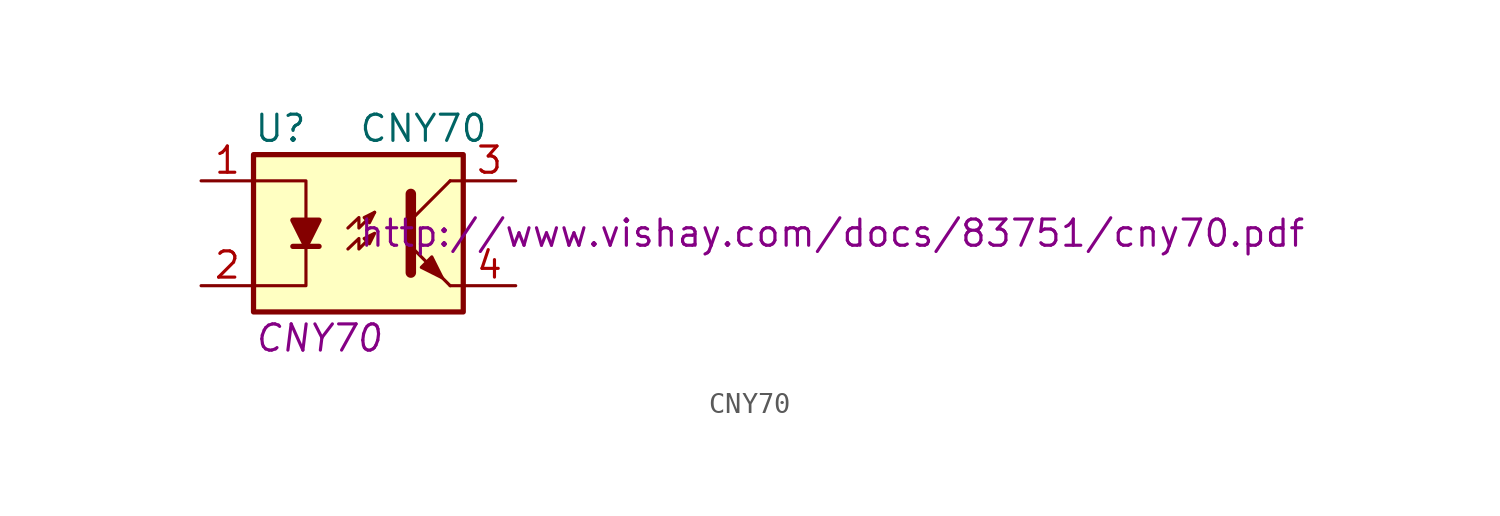
<source format=kicad_sym>
(kicad_symbol_lib
  (version 20211014)
  (generator kicad_symbol_editor)
  (symbol "CNY70"
    (pin_names
      (offset 1.016))
    (property "Reference" "U"
      (at -5.08 5.08 0)
      (effects (font (size 1.27 1.27)) (justify left)))
    (property "Value" "CNY70"
      (at 0 5.08 0)
      (effects (font (size 1.27 1.27)) (justify left)))
    (property "Footprint" "CNY70"
      (at -5.08 -5.08 0)
      (effects (font (size 1.27 1.27) italic) (justify left)))
    (property "Datasheet" "http://www.vishay.com/docs/83751/cny70.pdf"
      (at 0 0 0)
      (effects (font (size 1.27 1.27)) (justify left)))
    (symbol "CNY70_0_1"
      (rectangle (start -5.08 3.81) (end 5.08 -3.81) (stroke (width 0.254) (type default) (color 0 0 0 0)) (fill (type background)))
      (polyline (pts (xy -3.175 -0.635) (xy -1.905 -0.635)) (stroke (width 0.254) (type default) (color 0 0 0 0)) (fill (type none)))
      (polyline (pts (xy 2.54 0.635) (xy 4.445 2.54)) (stroke (width 0) (type default) (color 0 0 0 0)) (fill (type none)))
      (polyline (pts (xy 4.445 -2.54) (xy 2.54 -0.635)) (stroke (width 0) (type default) (color 0 0 0 0)) (fill (type outline)))
      (polyline (pts (xy 4.445 -2.54) (xy 5.08 -2.54)) (stroke (width 0) (type default) (color 0 0 0 0)) (fill (type none)))
      (polyline (pts (xy 4.445 2.54) (xy 5.08 2.54)) (stroke (width 0) (type default) (color 0 0 0 0)) (fill (type none)))
      (polyline (pts (xy -5.08 2.54) (xy -2.54 2.54) (xy -2.54 0.635)) (stroke (width 0) (type default) (color 0 0 0 0)) (fill (type none)))
      (polyline (pts (xy -2.54 -0.635) (xy -2.54 -2.54) (xy -5.08 -2.54)) (stroke (width 0) (type default) (color 0 0 0 0)) (fill (type none)))
      (polyline (pts (xy 2.54 1.905) (xy 2.54 -1.905) (xy 2.54 -1.905)) (stroke (width 0.508) (type default) (color 0 0 0 0)) (fill (type none)))
      (polyline (pts (xy -2.54 -0.635) (xy -3.175 0.635) (xy -1.905 0.635) (xy -2.54 -0.635)) (stroke (width 0.254) (type default) (color 0 0 0 0)) (fill (type outline)))
      (polyline (pts (xy -0.508 0.254) (xy 0.025 0.762) (xy 0.025 0.254) (xy 0.787 1.016)) (stroke (width 0) (type default) (color 0 0 0 0)) (fill (type none)))
      (polyline (pts (xy 0.787 1.016) (xy 0.279 0.762) (xy 0.533 0.508) (xy 0.787 1.016)) (stroke (width 0) (type default) (color 0 0 0 0)) (fill (type none)))
      (polyline (pts (xy 3.048 -1.651) (xy 3.556 -1.143) (xy 4.064 -2.159) (xy 3.048 -1.651) (xy 3.048 -1.651)) (stroke (width 0) (type default) (color 0 0 0 0)) (fill (type outline)))
      (polyline (pts (xy -0.508 -0.762) (xy 0.025 -0.254) (xy 0.025 -0.762) (xy 0.787 0) (xy 0.279 -0.254) (xy 0.533 -0.508) (xy 0.787 0)) (stroke (width 0) (type default) (color 0 0 0 0)) (fill (type none))))
    (symbol "CNY70_1_1"
      (pin passive line (at -7.62 2.54 0) (length 2.54) (name "~" (effects (font (size 1.27 1.27)))) (number "1" (effects (font (size 1.27 1.27)))))
      (pin passive line (at -7.62 -2.54 0) (length 2.54) (name "~" (effects (font (size 1.27 1.27)))) (number "2" (effects (font (size 1.27 1.27)))))
      (pin passive line (at 7.62 2.54 180) (length 2.54) (name "~" (effects (font (size 1.27 1.27)))) (number "3" (effects (font (size 1.27 1.27)))))
      (pin passive line (at 7.62 -2.54 180) (length 2.54) (name "~" (effects (font (size 1.27 1.27)))) (number "4" (effects (font (size 1.27 1.27))))))))
</source>
